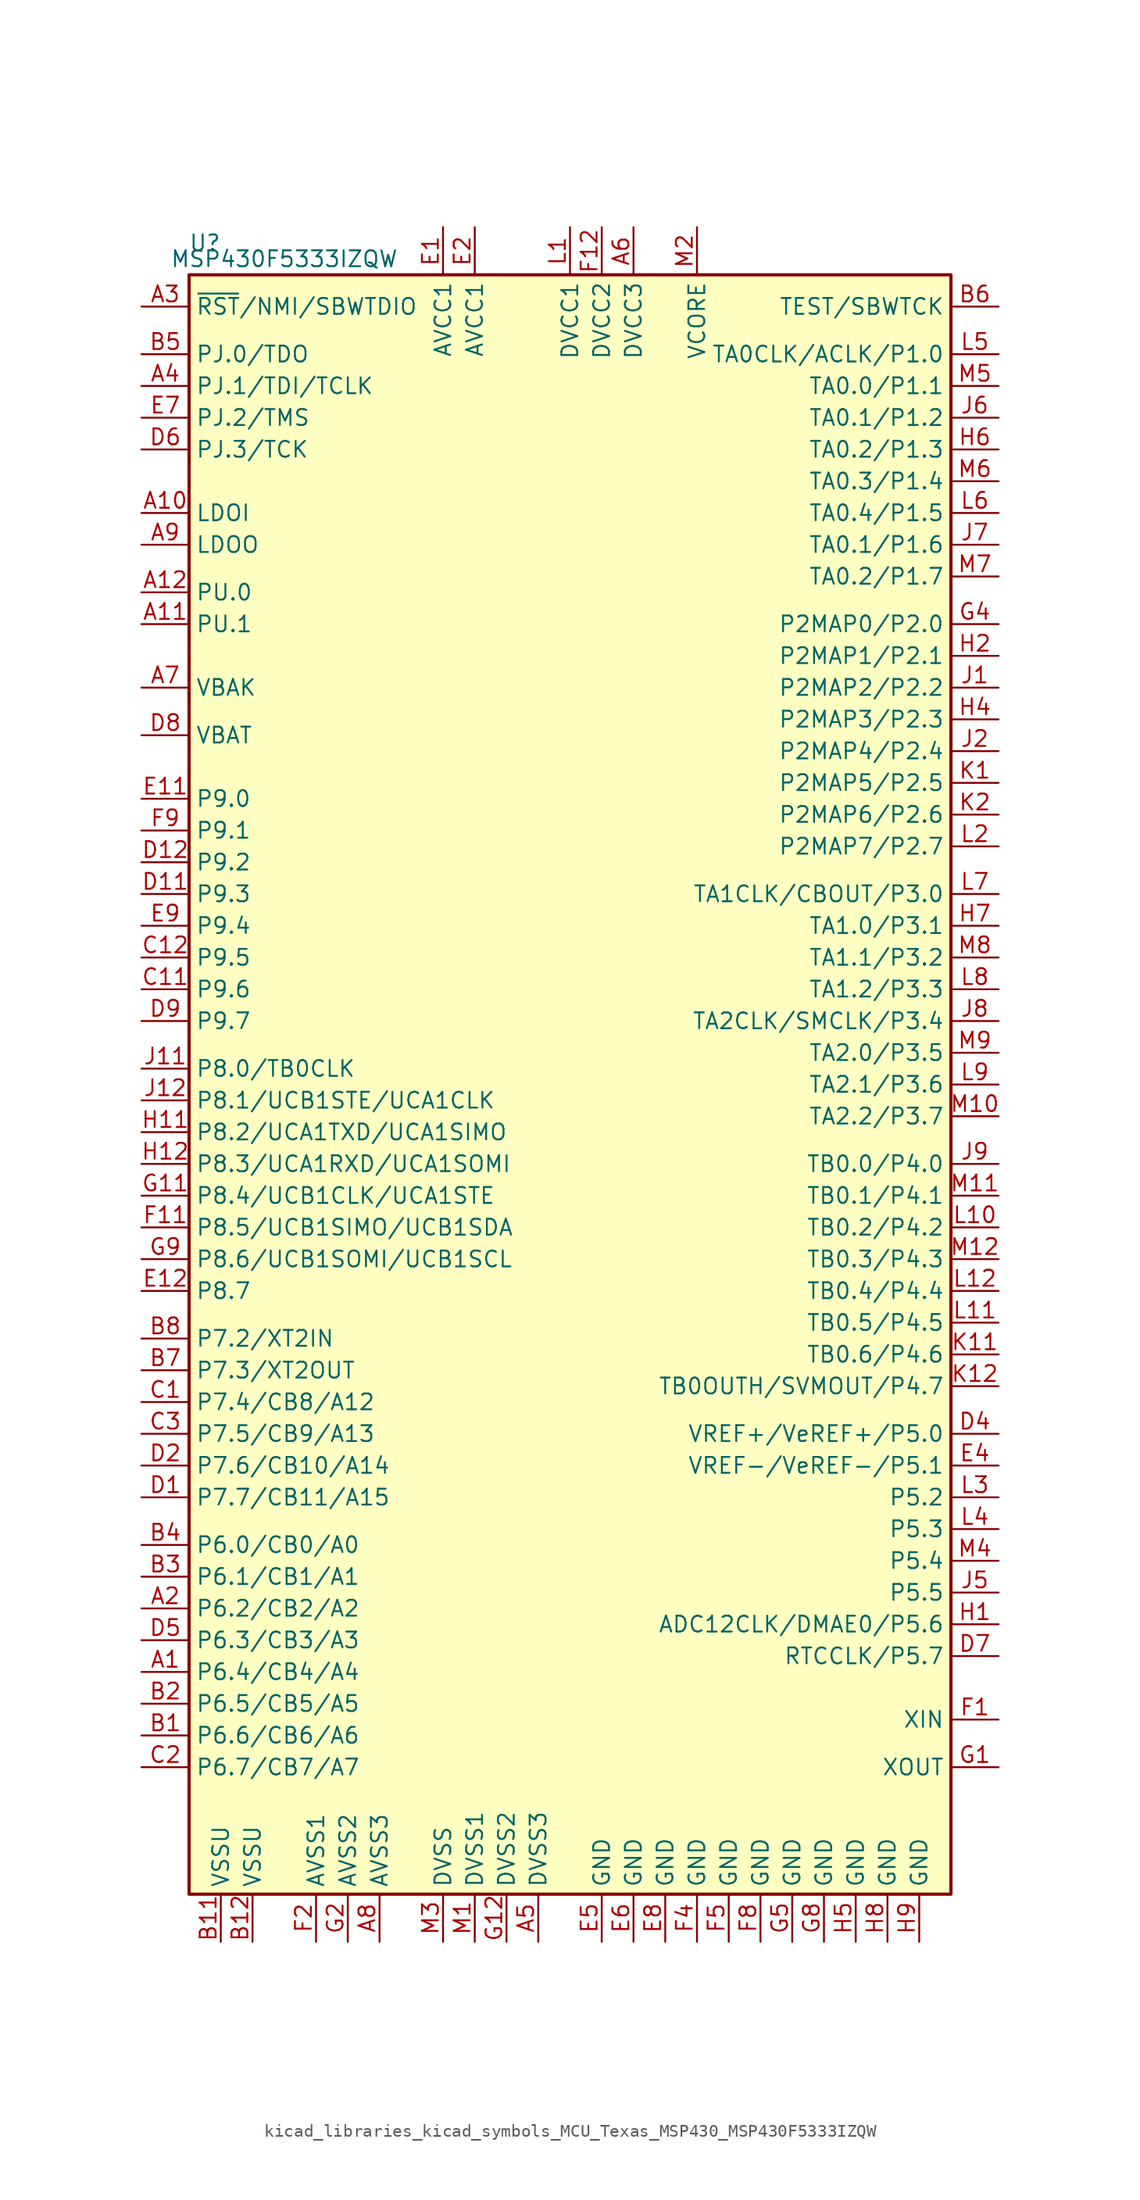
<source format=kicad_sym>
(kicad_symbol_lib
  (version 20220914)
  (generator kicad_symbol_editor)
  (symbol "kicad_libraries_kicad_symbols_MCU_Texas_MSP430_MSP430F5333IZQW"
    (property "Reference" "U"
      (at -29.21 67.31 0)
      (effects (font (size 1.27 1.27))))
    (property "Value" "MSP430F5333IZQW"
      (at -22.86 66.04 0)
      (effects (font (size 1.27 1.27))))
    (symbol "kicad_libraries_kicad_symbols_MCU_Texas_MSP430_MSP430F5333IZQW_0_1"
      (rectangle (start -30.48 64.77) (end 30.48 -64.77) (stroke (width 0.254) (type default)) (fill (type background))))
    (symbol "kicad_libraries_kicad_symbols_MCU_Texas_MSP430_MSP430F5333IZQW_1_1"
      (pin bidirectional line (at -34.29 -46.99 0) (length 3.81) (name "P6.4/CB4/A4" (effects (font (size 1.27 1.27)))) (number "A1" (effects (font (size 1.27 1.27)))))
      (pin bidirectional line (at -34.29 45.72 0) (length 3.81) (name "LDOI" (effects (font (size 1.27 1.27)))) (number "A10" (effects (font (size 1.27 1.27)))))
      (pin bidirectional line (at -34.29 36.83 0) (length 3.81) (name "PU.1" (effects (font (size 1.27 1.27)))) (number "A11" (effects (font (size 1.27 1.27)))))
      (pin bidirectional line (at -34.29 39.37 0) (length 3.81) (name "PU.0" (effects (font (size 1.27 1.27)))) (number "A12" (effects (font (size 1.27 1.27)))))
      (pin bidirectional line (at -34.29 -41.91 0) (length 3.81) (name "P6.2/CB2/A2" (effects (font (size 1.27 1.27)))) (number "A2" (effects (font (size 1.27 1.27)))))
      (pin input line (at -34.29 62.23 0) (length 3.81) (name "~{RST}/NMI/SBWTDIO" (effects (font (size 1.27 1.27)))) (number "A3" (effects (font (size 1.27 1.27)))))
      (pin bidirectional line (at -34.29 55.88 0) (length 3.81) (name "PJ.1/TDI/TCLK" (effects (font (size 1.27 1.27)))) (number "A4" (effects (font (size 1.27 1.27)))))
      (pin power_in line (at -2.54 -68.58 90) (length 3.81) (name "DVSS3" (effects (font (size 1.27 1.27)))) (number "A5" (effects (font (size 1.27 1.27)))))
      (pin power_in line (at 5.08 68.58 270) (length 3.81) (name "DVCC3" (effects (font (size 1.27 1.27)))) (number "A6" (effects (font (size 1.27 1.27)))))
      (pin bidirectional line (at -34.29 31.75 0) (length 3.81) (name "VBAK" (effects (font (size 1.27 1.27)))) (number "A7" (effects (font (size 1.27 1.27)))))
      (pin power_in line (at -15.24 -68.58 90) (length 3.81) (name "AVSS3" (effects (font (size 1.27 1.27)))) (number "A8" (effects (font (size 1.27 1.27)))))
      (pin bidirectional line (at -34.29 43.18 0) (length 3.81) (name "LDOO" (effects (font (size 1.27 1.27)))) (number "A9" (effects (font (size 1.27 1.27)))))
      (pin bidirectional line (at -34.29 -52.07 0) (length 3.81) (name "P6.6/CB6/A6" (effects (font (size 1.27 1.27)))) (number "B1" (effects (font (size 1.27 1.27)))))
      (pin power_in line (at -27.94 -68.58 90) (length 3.81) (name "VSSU" (effects (font (size 1.27 1.27)))) (number "B11" (effects (font (size 1.27 1.27)))))
      (pin power_in line (at -25.4 -68.58 90) (length 3.81) (name "VSSU" (effects (font (size 1.27 1.27)))) (number "B12" (effects (font (size 1.27 1.27)))))
      (pin bidirectional line (at -34.29 -49.53 0) (length 3.81) (name "P6.5/CB5/A5" (effects (font (size 1.27 1.27)))) (number "B2" (effects (font (size 1.27 1.27)))))
      (pin bidirectional line (at -34.29 -39.37 0) (length 3.81) (name "P6.1/CB1/A1" (effects (font (size 1.27 1.27)))) (number "B3" (effects (font (size 1.27 1.27)))))
      (pin bidirectional line (at -34.29 -36.83 0) (length 3.81) (name "P6.0/CB0/A0" (effects (font (size 1.27 1.27)))) (number "B4" (effects (font (size 1.27 1.27)))))
      (pin bidirectional line (at -34.29 58.42 0) (length 3.81) (name "PJ.0/TDO" (effects (font (size 1.27 1.27)))) (number "B5" (effects (font (size 1.27 1.27)))))
      (pin input line (at 34.29 62.23 180) (length 3.81) (name "TEST/SBWTCK" (effects (font (size 1.27 1.27)))) (number "B6" (effects (font (size 1.27 1.27)))))
      (pin bidirectional line (at -34.29 -22.86 0) (length 3.81) (name "P7.3/XT2OUT" (effects (font (size 1.27 1.27)))) (number "B7" (effects (font (size 1.27 1.27)))))
      (pin bidirectional line (at -34.29 -20.32 0) (length 3.81) (name "P7.2/XT2IN" (effects (font (size 1.27 1.27)))) (number "B8" (effects (font (size 1.27 1.27)))))
      (pin bidirectional line (at -34.29 -25.4 0) (length 3.81) (name "P7.4/CB8/A12" (effects (font (size 1.27 1.27)))) (number "C1" (effects (font (size 1.27 1.27)))))
      (pin bidirectional line (at -34.29 7.62 0) (length 3.81) (name "P9.6" (effects (font (size 1.27 1.27)))) (number "C11" (effects (font (size 1.27 1.27)))))
      (pin bidirectional line (at -34.29 10.16 0) (length 3.81) (name "P9.5" (effects (font (size 1.27 1.27)))) (number "C12" (effects (font (size 1.27 1.27)))))
      (pin bidirectional line (at -34.29 -54.61 0) (length 3.81) (name "P6.7/CB7/A7" (effects (font (size 1.27 1.27)))) (number "C2" (effects (font (size 1.27 1.27)))))
      (pin bidirectional line (at -34.29 -27.94 0) (length 3.81) (name "P7.5/CB9/A13" (effects (font (size 1.27 1.27)))) (number "C3" (effects (font (size 1.27 1.27)))))
      (pin bidirectional line (at -34.29 -33.02 0) (length 3.81) (name "P7.7/CB11/A15" (effects (font (size 1.27 1.27)))) (number "D1" (effects (font (size 1.27 1.27)))))
      (pin bidirectional line (at -34.29 15.24 0) (length 3.81) (name "P9.3" (effects (font (size 1.27 1.27)))) (number "D11" (effects (font (size 1.27 1.27)))))
      (pin bidirectional line (at -34.29 17.78 0) (length 3.81) (name "P9.2" (effects (font (size 1.27 1.27)))) (number "D12" (effects (font (size 1.27 1.27)))))
      (pin bidirectional line (at -34.29 -30.48 0) (length 3.81) (name "P7.6/CB10/A14" (effects (font (size 1.27 1.27)))) (number "D2" (effects (font (size 1.27 1.27)))))
      (pin bidirectional line (at 34.29 -27.94 180) (length 3.81) (name "VREF+/VeREF+/P5.0" (effects (font (size 1.27 1.27)))) (number "D4" (effects (font (size 1.27 1.27)))))
      (pin bidirectional line (at -34.29 -44.45 0) (length 3.81) (name "P6.3/CB3/A3" (effects (font (size 1.27 1.27)))) (number "D5" (effects (font (size 1.27 1.27)))))
      (pin bidirectional line (at -34.29 50.8 0) (length 3.81) (name "PJ.3/TCK" (effects (font (size 1.27 1.27)))) (number "D6" (effects (font (size 1.27 1.27)))))
      (pin bidirectional line (at 34.29 -45.72 180) (length 3.81) (name "RTCCLK/P5.7" (effects (font (size 1.27 1.27)))) (number "D7" (effects (font (size 1.27 1.27)))))
      (pin bidirectional line (at -34.29 27.94 0) (length 3.81) (name "VBAT" (effects (font (size 1.27 1.27)))) (number "D8" (effects (font (size 1.27 1.27)))))
      (pin bidirectional line (at -34.29 5.08 0) (length 3.81) (name "P9.7" (effects (font (size 1.27 1.27)))) (number "D9" (effects (font (size 1.27 1.27)))))
      (pin power_in line (at -10.16 68.58 270) (length 3.81) (name "AVCC1" (effects (font (size 1.27 1.27)))) (number "E1" (effects (font (size 1.27 1.27)))))
      (pin bidirectional line (at -34.29 22.86 0) (length 3.81) (name "P9.0" (effects (font (size 1.27 1.27)))) (number "E11" (effects (font (size 1.27 1.27)))))
      (pin bidirectional line (at -34.29 -16.51 0) (length 3.81) (name "P8.7" (effects (font (size 1.27 1.27)))) (number "E12" (effects (font (size 1.27 1.27)))))
      (pin power_in line (at -7.62 68.58 270) (length 3.81) (name "AVCC1" (effects (font (size 1.27 1.27)))) (number "E2" (effects (font (size 1.27 1.27)))))
      (pin bidirectional line (at 34.29 -30.48 180) (length 3.81) (name "VREF-/VeREF-/P5.1" (effects (font (size 1.27 1.27)))) (number "E4" (effects (font (size 1.27 1.27)))))
      (pin power_in line (at 2.54 -68.58 90) (length 3.81) (name "GND" (effects (font (size 1.27 1.27)))) (number "E5" (effects (font (size 1.27 1.27)))))
      (pin power_in line (at 5.08 -68.58 90) (length 3.81) (name "GND" (effects (font (size 1.27 1.27)))) (number "E6" (effects (font (size 1.27 1.27)))))
      (pin bidirectional line (at -34.29 53.34 0) (length 3.81) (name "PJ.2/TMS" (effects (font (size 1.27 1.27)))) (number "E7" (effects (font (size 1.27 1.27)))))
      (pin power_in line (at 7.62 -68.58 90) (length 3.81) (name "GND" (effects (font (size 1.27 1.27)))) (number "E8" (effects (font (size 1.27 1.27)))))
      (pin bidirectional line (at -34.29 12.7 0) (length 3.81) (name "P9.4" (effects (font (size 1.27 1.27)))) (number "E9" (effects (font (size 1.27 1.27)))))
      (pin bidirectional line (at 34.29 -50.8 180) (length 3.81) (name "XIN" (effects (font (size 1.27 1.27)))) (number "F1" (effects (font (size 1.27 1.27)))))
      (pin bidirectional line (at -34.29 -11.43 0) (length 3.81) (name "P8.5/UCB1SIMO/UCB1SDA" (effects (font (size 1.27 1.27)))) (number "F11" (effects (font (size 1.27 1.27)))))
      (pin power_in line (at 2.54 68.58 270) (length 3.81) (name "DVCC2" (effects (font (size 1.27 1.27)))) (number "F12" (effects (font (size 1.27 1.27)))))
      (pin power_in line (at -20.32 -68.58 90) (length 3.81) (name "AVSS1" (effects (font (size 1.27 1.27)))) (number "F2" (effects (font (size 1.27 1.27)))))
      (pin power_in line (at 10.16 -68.58 90) (length 3.81) (name "GND" (effects (font (size 1.27 1.27)))) (number "F4" (effects (font (size 1.27 1.27)))))
      (pin power_in line (at 12.7 -68.58 90) (length 3.81) (name "GND" (effects (font (size 1.27 1.27)))) (number "F5" (effects (font (size 1.27 1.27)))))
      (pin power_in line (at 15.24 -68.58 90) (length 3.81) (name "GND" (effects (font (size 1.27 1.27)))) (number "F8" (effects (font (size 1.27 1.27)))))
      (pin bidirectional line (at -34.29 20.32 0) (length 3.81) (name "P9.1" (effects (font (size 1.27 1.27)))) (number "F9" (effects (font (size 1.27 1.27)))))
      (pin bidirectional line (at 34.29 -54.61 180) (length 3.81) (name "XOUT" (effects (font (size 1.27 1.27)))) (number "G1" (effects (font (size 1.27 1.27)))))
      (pin bidirectional line (at -34.29 -8.89 0) (length 3.81) (name "P8.4/UCB1CLK/UCA1STE" (effects (font (size 1.27 1.27)))) (number "G11" (effects (font (size 1.27 1.27)))))
      (pin power_in line (at -5.08 -68.58 90) (length 3.81) (name "DVSS2" (effects (font (size 1.27 1.27)))) (number "G12" (effects (font (size 1.27 1.27)))))
      (pin power_in line (at -17.78 -68.58 90) (length 3.81) (name "AVSS2" (effects (font (size 1.27 1.27)))) (number "G2" (effects (font (size 1.27 1.27)))))
      (pin bidirectional line (at 34.29 36.83 180) (length 3.81) (name "P2MAP0/P2.0" (effects (font (size 1.27 1.27)))) (number "G4" (effects (font (size 1.27 1.27)))))
      (pin power_in line (at 17.78 -68.58 90) (length 3.81) (name "GND" (effects (font (size 1.27 1.27)))) (number "G5" (effects (font (size 1.27 1.27)))))
      (pin power_in line (at 20.32 -68.58 90) (length 3.81) (name "GND" (effects (font (size 1.27 1.27)))) (number "G8" (effects (font (size 1.27 1.27)))))
      (pin bidirectional line (at -34.29 -13.97 0) (length 3.81) (name "P8.6/UCB1SOMI/UCB1SCL" (effects (font (size 1.27 1.27)))) (number "G9" (effects (font (size 1.27 1.27)))))
      (pin bidirectional line (at 34.29 -43.18 180) (length 3.81) (name "ADC12CLK/DMAE0/P5.6" (effects (font (size 1.27 1.27)))) (number "H1" (effects (font (size 1.27 1.27)))))
      (pin bidirectional line (at -34.29 -3.81 0) (length 3.81) (name "P8.2/UCA1TXD/UCA1SIMO" (effects (font (size 1.27 1.27)))) (number "H11" (effects (font (size 1.27 1.27)))))
      (pin bidirectional line (at -34.29 -6.35 0) (length 3.81) (name "P8.3/UCA1RXD/UCA1SOMI" (effects (font (size 1.27 1.27)))) (number "H12" (effects (font (size 1.27 1.27)))))
      (pin bidirectional line (at 34.29 34.29 180) (length 3.81) (name "P2MAP1/P2.1" (effects (font (size 1.27 1.27)))) (number "H2" (effects (font (size 1.27 1.27)))))
      (pin bidirectional line (at 34.29 29.21 180) (length 3.81) (name "P2MAP3/P2.3" (effects (font (size 1.27 1.27)))) (number "H4" (effects (font (size 1.27 1.27)))))
      (pin power_in line (at 22.86 -68.58 90) (length 3.81) (name "GND" (effects (font (size 1.27 1.27)))) (number "H5" (effects (font (size 1.27 1.27)))))
      (pin bidirectional line (at 34.29 50.8 180) (length 3.81) (name "TA0.2/P1.3" (effects (font (size 1.27 1.27)))) (number "H6" (effects (font (size 1.27 1.27)))))
      (pin bidirectional line (at 34.29 12.7 180) (length 3.81) (name "TA1.0/P3.1" (effects (font (size 1.27 1.27)))) (number "H7" (effects (font (size 1.27 1.27)))))
      (pin power_in line (at 25.4 -68.58 90) (length 3.81) (name "GND" (effects (font (size 1.27 1.27)))) (number "H8" (effects (font (size 1.27 1.27)))))
      (pin power_in line (at 27.94 -68.58 90) (length 3.81) (name "GND" (effects (font (size 1.27 1.27)))) (number "H9" (effects (font (size 1.27 1.27)))))
      (pin bidirectional line (at 34.29 31.75 180) (length 3.81) (name "P2MAP2/P2.2" (effects (font (size 1.27 1.27)))) (number "J1" (effects (font (size 1.27 1.27)))))
      (pin bidirectional line (at -34.29 1.27 0) (length 3.81) (name "P8.0/TB0CLK" (effects (font (size 1.27 1.27)))) (number "J11" (effects (font (size 1.27 1.27)))))
      (pin bidirectional line (at -34.29 -1.27 0) (length 3.81) (name "P8.1/UCB1STE/UCA1CLK" (effects (font (size 1.27 1.27)))) (number "J12" (effects (font (size 1.27 1.27)))))
      (pin bidirectional line (at 34.29 26.67 180) (length 3.81) (name "P2MAP4/P2.4" (effects (font (size 1.27 1.27)))) (number "J2" (effects (font (size 1.27 1.27)))))
      (pin bidirectional line (at 34.29 -40.64 180) (length 3.81) (name "P5.5" (effects (font (size 1.27 1.27)))) (number "J5" (effects (font (size 1.27 1.27)))))
      (pin bidirectional line (at 34.29 53.34 180) (length 3.81) (name "TA0.1/P1.2" (effects (font (size 1.27 1.27)))) (number "J6" (effects (font (size 1.27 1.27)))))
      (pin bidirectional line (at 34.29 43.18 180) (length 3.81) (name "TA0.1/P1.6" (effects (font (size 1.27 1.27)))) (number "J7" (effects (font (size 1.27 1.27)))))
      (pin bidirectional line (at 34.29 5.08 180) (length 3.81) (name "TA2CLK/SMCLK/P3.4" (effects (font (size 1.27 1.27)))) (number "J8" (effects (font (size 1.27 1.27)))))
      (pin bidirectional line (at 34.29 -6.35 180) (length 3.81) (name "TB0.0/P4.0" (effects (font (size 1.27 1.27)))) (number "J9" (effects (font (size 1.27 1.27)))))
      (pin bidirectional line (at 34.29 24.13 180) (length 3.81) (name "P2MAP5/P2.5" (effects (font (size 1.27 1.27)))) (number "K1" (effects (font (size 1.27 1.27)))))
      (pin bidirectional line (at 34.29 -21.59 180) (length 3.81) (name "TB0.6/P4.6" (effects (font (size 1.27 1.27)))) (number "K11" (effects (font (size 1.27 1.27)))))
      (pin bidirectional line (at 34.29 -24.13 180) (length 3.81) (name "TB0OUTH/SVMOUT/P4.7" (effects (font (size 1.27 1.27)))) (number "K12" (effects (font (size 1.27 1.27)))))
      (pin bidirectional line (at 34.29 21.59 180) (length 3.81) (name "P2MAP6/P2.6" (effects (font (size 1.27 1.27)))) (number "K2" (effects (font (size 1.27 1.27)))))
      (pin power_in line (at 0 68.58 270) (length 3.81) (name "DVCC1" (effects (font (size 1.27 1.27)))) (number "L1" (effects (font (size 1.27 1.27)))))
      (pin bidirectional line (at 34.29 -11.43 180) (length 3.81) (name "TB0.2/P4.2" (effects (font (size 1.27 1.27)))) (number "L10" (effects (font (size 1.27 1.27)))))
      (pin bidirectional line (at 34.29 -19.05 180) (length 3.81) (name "TB0.5/P4.5" (effects (font (size 1.27 1.27)))) (number "L11" (effects (font (size 1.27 1.27)))))
      (pin bidirectional line (at 34.29 -16.51 180) (length 3.81) (name "TB0.4/P4.4" (effects (font (size 1.27 1.27)))) (number "L12" (effects (font (size 1.27 1.27)))))
      (pin bidirectional line (at 34.29 19.05 180) (length 3.81) (name "P2MAP7/P2.7" (effects (font (size 1.27 1.27)))) (number "L2" (effects (font (size 1.27 1.27)))))
      (pin bidirectional line (at 34.29 -33.02 180) (length 3.81) (name "P5.2" (effects (font (size 1.27 1.27)))) (number "L3" (effects (font (size 1.27 1.27)))))
      (pin bidirectional line (at 34.29 -35.56 180) (length 3.81) (name "P5.3" (effects (font (size 1.27 1.27)))) (number "L4" (effects (font (size 1.27 1.27)))))
      (pin bidirectional line (at 34.29 58.42 180) (length 3.81) (name "TA0CLK/ACLK/P1.0" (effects (font (size 1.27 1.27)))) (number "L5" (effects (font (size 1.27 1.27)))))
      (pin bidirectional line (at 34.29 45.72 180) (length 3.81) (name "TA0.4/P1.5" (effects (font (size 1.27 1.27)))) (number "L6" (effects (font (size 1.27 1.27)))))
      (pin bidirectional line (at 34.29 15.24 180) (length 3.81) (name "TA1CLK/CBOUT/P3.0" (effects (font (size 1.27 1.27)))) (number "L7" (effects (font (size 1.27 1.27)))))
      (pin bidirectional line (at 34.29 7.62 180) (length 3.81) (name "TA1.2/P3.3" (effects (font (size 1.27 1.27)))) (number "L8" (effects (font (size 1.27 1.27)))))
      (pin bidirectional line (at 34.29 0 180) (length 3.81) (name "TA2.1/P3.6" (effects (font (size 1.27 1.27)))) (number "L9" (effects (font (size 1.27 1.27)))))
      (pin power_in line (at -7.62 -68.58 90) (length 3.81) (name "DVSS1" (effects (font (size 1.27 1.27)))) (number "M1" (effects (font (size 1.27 1.27)))))
      (pin bidirectional line (at 34.29 -2.54 180) (length 3.81) (name "TA2.2/P3.7" (effects (font (size 1.27 1.27)))) (number "M10" (effects (font (size 1.27 1.27)))))
      (pin bidirectional line (at 34.29 -8.89 180) (length 3.81) (name "TB0.1/P4.1" (effects (font (size 1.27 1.27)))) (number "M11" (effects (font (size 1.27 1.27)))))
      (pin bidirectional line (at 34.29 -13.97 180) (length 3.81) (name "TB0.3/P4.3" (effects (font (size 1.27 1.27)))) (number "M12" (effects (font (size 1.27 1.27)))))
      (pin bidirectional line (at 10.16 68.58 270) (length 3.81) (name "VCORE" (effects (font (size 1.27 1.27)))) (number "M2" (effects (font (size 1.27 1.27)))))
      (pin power_in line (at -10.16 -68.58 90) (length 3.81) (name "DVSS" (effects (font (size 1.27 1.27)))) (number "M3" (effects (font (size 1.27 1.27)))))
      (pin bidirectional line (at 34.29 -38.1 180) (length 3.81) (name "P5.4" (effects (font (size 1.27 1.27)))) (number "M4" (effects (font (size 1.27 1.27)))))
      (pin bidirectional line (at 34.29 55.88 180) (length 3.81) (name "TA0.0/P1.1" (effects (font (size 1.27 1.27)))) (number "M5" (effects (font (size 1.27 1.27)))))
      (pin bidirectional line (at 34.29 48.26 180) (length 3.81) (name "TA0.3/P1.4" (effects (font (size 1.27 1.27)))) (number "M6" (effects (font (size 1.27 1.27)))))
      (pin bidirectional line (at 34.29 40.64 180) (length 3.81) (name "TA0.2/P1.7" (effects (font (size 1.27 1.27)))) (number "M7" (effects (font (size 1.27 1.27)))))
      (pin bidirectional line (at 34.29 10.16 180) (length 3.81) (name "TA1.1/P3.2" (effects (font (size 1.27 1.27)))) (number "M8" (effects (font (size 1.27 1.27)))))
      (pin bidirectional line (at 34.29 2.54 180) (length 3.81) (name "TA2.0/P3.5" (effects (font (size 1.27 1.27)))) (number "M9" (effects (font (size 1.27 1.27))))))))
</source>
